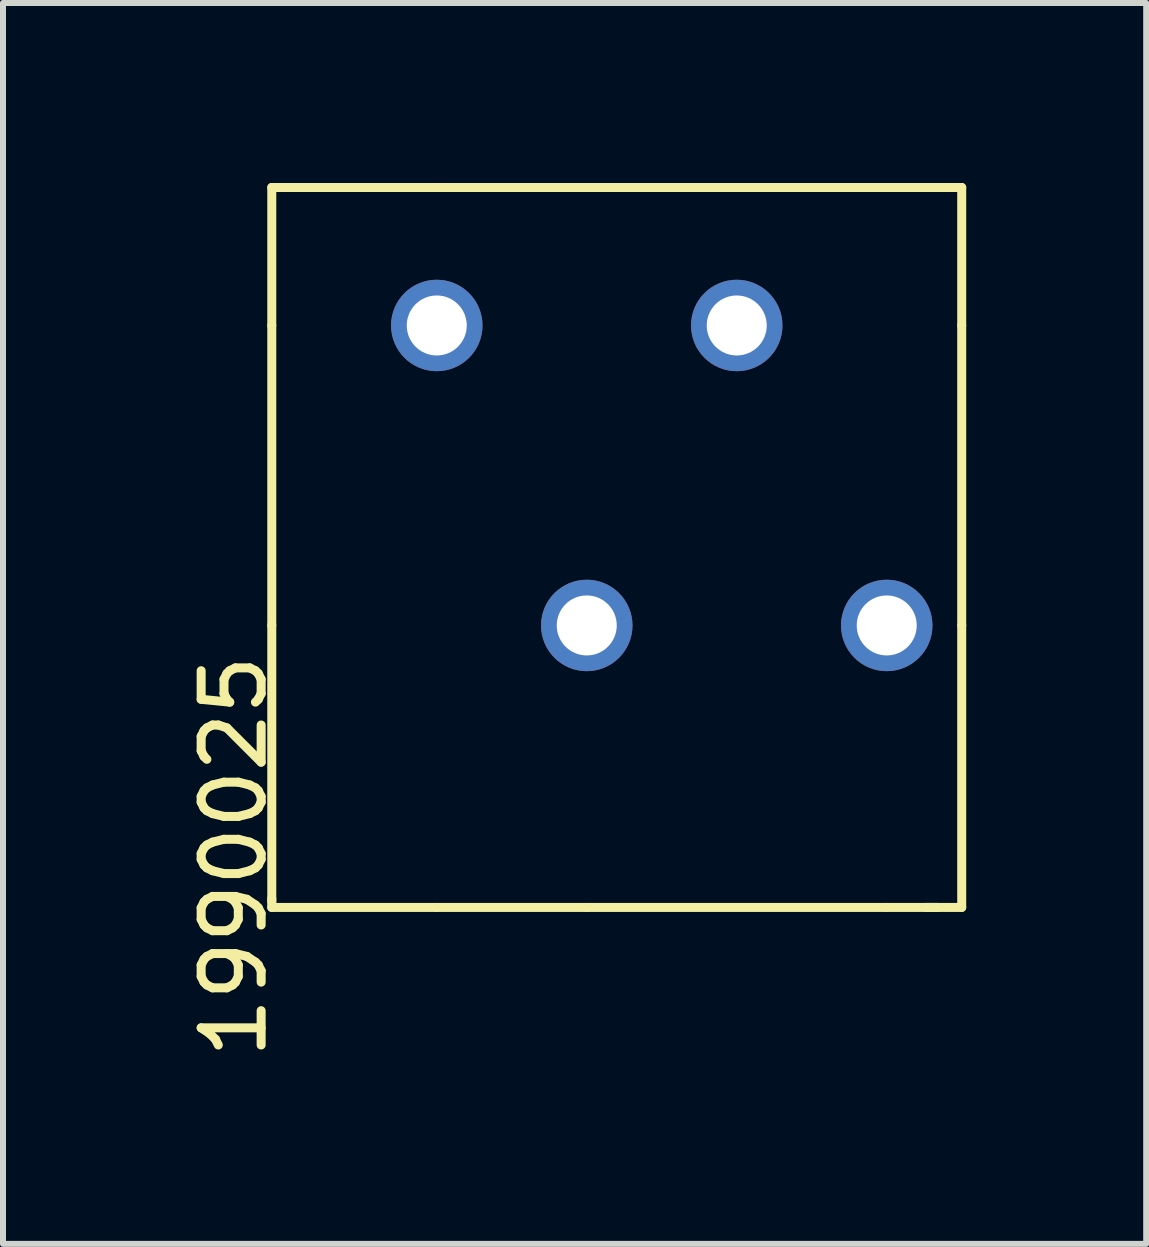
<source format=kicad_pcb>
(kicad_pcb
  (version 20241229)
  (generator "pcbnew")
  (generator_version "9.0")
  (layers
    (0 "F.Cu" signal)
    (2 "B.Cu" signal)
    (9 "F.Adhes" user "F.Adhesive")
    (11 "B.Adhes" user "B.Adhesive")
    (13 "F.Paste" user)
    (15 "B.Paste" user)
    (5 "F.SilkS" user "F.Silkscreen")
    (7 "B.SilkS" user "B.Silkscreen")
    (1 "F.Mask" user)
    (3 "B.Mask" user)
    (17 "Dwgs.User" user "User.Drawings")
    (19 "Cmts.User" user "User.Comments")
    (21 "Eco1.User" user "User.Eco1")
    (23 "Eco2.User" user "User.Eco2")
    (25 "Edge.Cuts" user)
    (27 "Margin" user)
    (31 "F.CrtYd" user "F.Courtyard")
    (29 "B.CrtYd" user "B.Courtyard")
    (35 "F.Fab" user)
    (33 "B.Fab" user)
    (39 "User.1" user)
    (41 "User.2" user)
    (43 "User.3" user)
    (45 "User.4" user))
  (footprint "1990025"
    (layer "F.Cu")
    (at 9.23 4.875)
    (property "Reference" "1990025" (at -8.382 6.35 90) (layer "F.SilkS") (effects (font (size 1 1) (thickness 0.15))))
    (attr through_hole)
    (fp_line (start -7.75 -4.8) (end -7.6 -4.8) (stroke (width 0.15) (type solid)) (layer "F.SilkS"))
    (fp_line (start -7.75 -2.5) (end -7.75 -4.8) (stroke (width 0.15) (type solid)) (layer "F.SilkS"))
    (fp_line (start -7.75 -2.5) (end -7.75 2.5) (stroke (width 0.15) (type solid)) (layer "F.SilkS"))
    (fp_line (start -7.75 2.5) (end -7.75 7.1) (stroke (width 0.15) (type solid)) (layer "F.SilkS"))
    (fp_line (start -7.75 7.2) (end -7.75 7.05) (stroke (width 0.15) (type solid)) (layer "F.SilkS"))
    (fp_line (start -5 -4.8) (end -7.65 -4.8) (stroke (width 0.15) (type solid)) (layer "F.SilkS"))
    (fp_line (start -5 -4.8) (end 2.5 -4.8) (stroke (width 0.15) (type solid)) (layer "F.SilkS"))
    (fp_line (start -5 7.2) (end -7.75 7.2) (stroke (width 0.15) (type solid)) (layer "F.SilkS"))
    (fp_line (start -2.5 7.2) (end -5 7.2) (stroke (width 0.15) (type solid)) (layer "F.SilkS"))
    (fp_line (start 2.45 -4.8) (end 3.5 -4.8) (stroke (width 0.15) (type solid)) (layer "F.SilkS"))
    (fp_line (start 2.5 7.2) (end -2.5 7.2) (stroke (width 0.15) (type solid)) (layer "F.SilkS"))
    (fp_line (start 2.5 7.2) (end 3.35 7.2) (stroke (width 0.15) (type solid)) (layer "F.SilkS"))
    (fp_line (start 3.75 -4.8) (end 3.4 -4.8) (stroke (width 0.15) (type solid)) (layer "F.SilkS"))
    (fp_line (start 3.75 -2.5) (end 3.75 -4.8) (stroke (width 0.15) (type solid)) (layer "F.SilkS"))
    (fp_line (start 3.75 2.5) (end 3.75 -2.5) (stroke (width 0.15) (type solid)) (layer "F.SilkS"))
    (fp_line (start 3.75 2.5) (end 3.75 7.2) (stroke (width 0.15) (type solid)) (layer "F.SilkS"))
    (fp_line (start 3.75 7.2) (end 3.15 7.2) (stroke (width 0.15) (type solid)) (layer "F.SilkS"))
    (pad "1" thru_hole circle (at 2.5 2.5) (size 1.524 1.524) (drill 1) (layers "*.Cu" "*.Mask"))
    (pad "2" thru_hole circle (at 0 -2.5) (size 1.524 1.524) (drill 1) (layers "*.Cu" "*.Mask"))
    (pad "3" thru_hole circle (at -2.5 2.5) (size 1.524 1.524) (drill 1) (layers "*.Cu" "*.Mask"))
    (pad "4" thru_hole circle (at -5 -2.5) (size 1.524 1.524) (drill 1) (layers "*.Cu" "*.Mask")))
  (gr_rect
    (start -3 -3)
    (end 16.055 17.683)
    (stroke (width 0.1) (type default))
    (fill no)
    (layer "Edge.Cuts")))
</source>
